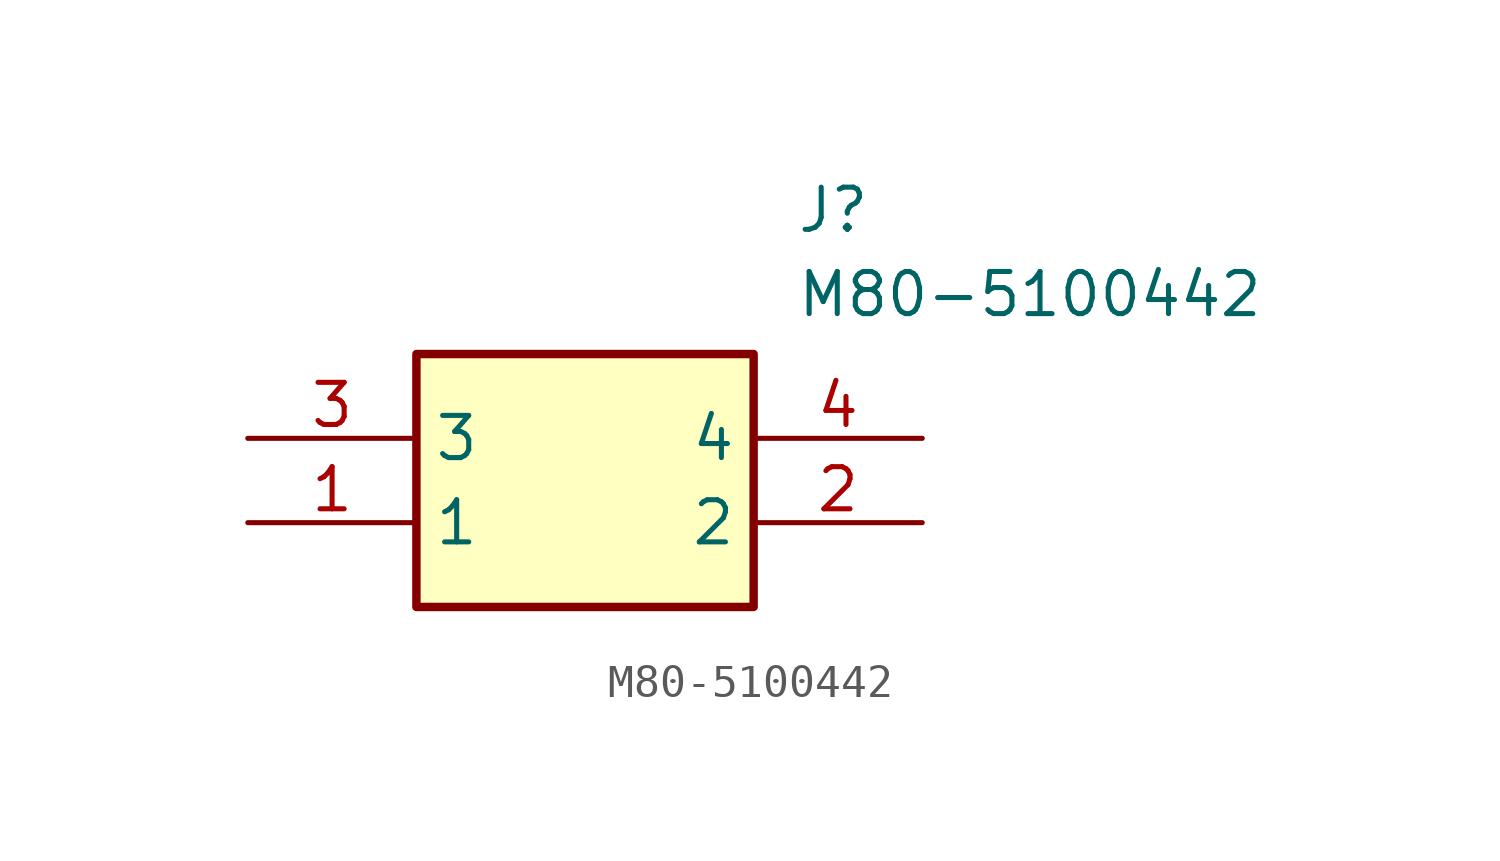
<source format=kicad_sym>
(kicad_symbol_lib
  (version 20211014)
  (generator SamacSys_ECAD_Model)
  (symbol "M80-5100442"
    (property "Reference" "J"
      (at 16.51 7.62 0)
      (effects (font (size 1.27 1.27)) (justify left top)))
    (property "Value" "M80-5100442"
      (at 16.51 5.08 0)
      (effects (font (size 1.27 1.27)) (justify left top)))
    (rectangle
      (start 5.08 2.54)
      (end 15.24 -5.08)
      (stroke (width 0.254) (type default))
      (fill (type background)))
    (pin passive line
      (at 0 -2.54 0)
      (length 5.08)
      (name "1" (effects (font (size 1.27 1.27))))
      (number "1" (effects (font (size 1.27 1.27)))))
    (pin passive line
      (at 20.32 -2.54 180)
      (length 5.08)
      (name "2" (effects (font (size 1.27 1.27))))
      (number "2" (effects (font (size 1.27 1.27)))))
    (pin passive line
      (at 0 0 0)
      (length 5.08)
      (name "3" (effects (font (size 1.27 1.27))))
      (number "3" (effects (font (size 1.27 1.27)))))
    (pin passive line
      (at 20.32 0 180)
      (length 5.08)
      (name "4" (effects (font (size 1.27 1.27))))
      (number "4" (effects (font (size 1.27 1.27)))))))
</source>
